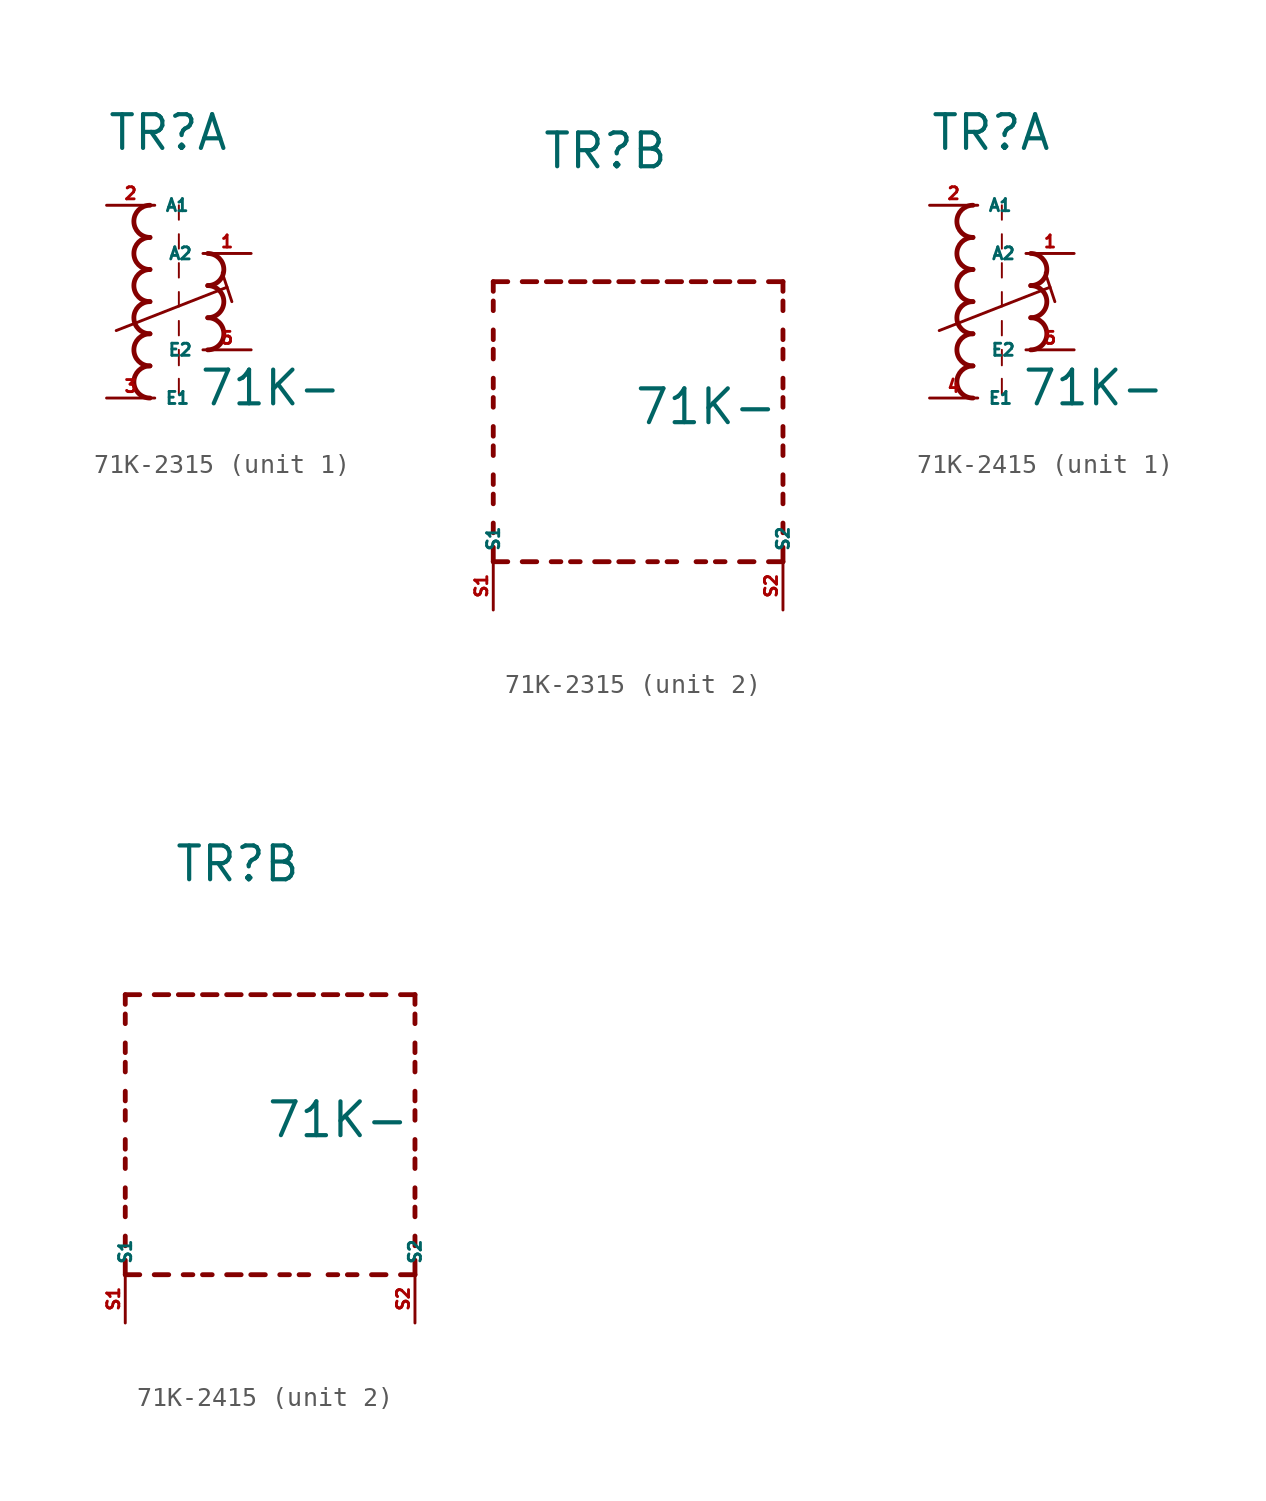
<source format=kicad_sym>
(kicad_symbol_lib
  (version 20220914)
  (generator kicad_symbol_editor)
  (symbol "71K-2315"
    (property "Reference" "TR"
      (at -2.54 7.874 0)
      (effects (font (size 1.778 1.778) (thickness 0.22)) (justify left bottom)))
    (property "Value" "71K-"
      (at 2.286 -5.588 0)
      (effects (font (size 1.778 1.778) (thickness 0.22)) (justify left bottom)))
    (symbol "71K-2315_1_0"
      (arc (start -0.254 -3.3866) (mid -1.1004 -4.2333) (end -0.254 -5.08) (stroke (width 0.254) (type default)) (fill (type none)))
      (arc (start -0.254 -1.6932) (mid -1.1004 -2.5399) (end -0.254 -3.3866) (stroke (width 0.254) (type default)) (fill (type none)))
      (arc (start -0.254 0) (mid -1.1004 -0.8467) (end -0.254 -1.6934) (stroke (width 0.254) (type default)) (fill (type none)))
      (arc (start -0.254 1.6934) (mid -1.1004 0.8467) (end -0.254 0) (stroke (width 0.254) (type default)) (fill (type none)))
      (arc (start -0.254 3.3866) (mid -1.1002 2.54) (end -0.254 1.6934) (stroke (width 0.254) (type default)) (fill (type none)))
      (arc (start -0.254 5.08) (mid -1.1004 4.2333) (end -0.254 3.3866) (stroke (width 0.254) (type default)) (fill (type none)))
      (polyline (pts (xy -2.032 -1.524) (xy 3.81 0.762)) (stroke (width 0.152) (type default)) (fill (type none)))
      (polyline (pts (xy 1.27 -4.064) (xy 1.27 -4.88)) (stroke (width 0.102) (type default)) (fill (type none)))
      (polyline (pts (xy 1.27 -2.54) (xy 1.27 -3.356)) (stroke (width 0.102) (type default)) (fill (type none)))
      (polyline (pts (xy 1.27 -1.016) (xy 1.27 -1.778)) (stroke (width 0.102) (type default)) (fill (type none)))
      (polyline (pts (xy 1.27 0.508) (xy 1.27 -0.254)) (stroke (width 0.102) (type default)) (fill (type none)))
      (polyline (pts (xy 1.27 2.032) (xy 1.27 1.27)) (stroke (width 0.102) (type default)) (fill (type none)))
      (polyline (pts (xy 1.27 3.556) (xy 1.27 2.794)) (stroke (width 0.102) (type default)) (fill (type none)))
      (polyline (pts (xy 1.27 5.08) (xy 1.27 4.318)) (stroke (width 0.102) (type default)) (fill (type none)))
      (polyline (pts (xy 3.556 1.524) (xy 4.064 0)) (stroke (width 0.152) (type default)) (fill (type none)))
      (arc (start 2.794 -2.54) (mid 3.6404 -1.6933) (end 2.794 -0.8466) (stroke (width 0.254) (type default)) (fill (type none)))
      (arc (start 2.794 -0.8466) (mid 3.6402 0) (end 2.794 0.8466) (stroke (width 0.254) (type default)) (fill (type none)))
      (arc (start 2.794 0.8466) (mid 3.6404 1.6933) (end 2.794 2.54) (stroke (width 0.254) (type default)) (fill (type none)))
      (pin passive line (at 5.08 2.54 180) (length 2.54) (name "A2" (effects (font (size 0.635 0.635)))) (number "1" (effects (font (size 0.635 0.635)))))
      (pin passive line (at -2.54 5.08 0) (length 2.54) (name "A1" (effects (font (size 0.635 0.635)))) (number "2" (effects (font (size 0.635 0.635)))))
      (pin passive line (at -2.54 -5.08 0) (length 2.54) (name "E1" (effects (font (size 0.635 0.635)))) (number "3" (effects (font (size 0.635 0.635)))))
      (pin passive line (at 5.08 -2.54 180) (length 2.54) (name "E2" (effects (font (size 0.635 0.635)))) (number "5" (effects (font (size 0.635 0.635))))))
    (symbol "71K-2315_2_0"
      (polyline (pts (xy -5.08 -12.7) (xy -5.08 -11.938)) (stroke (width 0.254) (type default)) (fill (type none)))
      (polyline (pts (xy -5.08 -12.7) (xy -4.318 -12.7)) (stroke (width 0.254) (type default)) (fill (type none)))
      (polyline (pts (xy -5.08 -11.176) (xy -5.08 -10.668)) (stroke (width 0.254) (type default)) (fill (type none)))
      (polyline (pts (xy -5.08 -9.652) (xy -5.08 -9.144)) (stroke (width 0.254) (type default)) (fill (type none)))
      (polyline (pts (xy -5.08 -8.636) (xy -5.08 -8.128)) (stroke (width 0.254) (type default)) (fill (type none)))
      (polyline (pts (xy -5.08 -7.112) (xy -5.08 -6.604)) (stroke (width 0.254) (type default)) (fill (type none)))
      (polyline (pts (xy -5.08 -6.096) (xy -5.08 -5.588)) (stroke (width 0.254) (type default)) (fill (type none)))
      (polyline (pts (xy -5.08 -4.572) (xy -5.08 -4.064)) (stroke (width 0.254) (type default)) (fill (type none)))
      (polyline (pts (xy -5.08 -3.556) (xy -5.08 -3.048)) (stroke (width 0.254) (type default)) (fill (type none)))
      (polyline (pts (xy -5.08 -2.032) (xy -5.08 -1.524)) (stroke (width 0.254) (type default)) (fill (type none)))
      (polyline (pts (xy -5.08 -1.016) (xy -5.08 -0.508)) (stroke (width 0.254) (type default)) (fill (type none)))
      (polyline (pts (xy -5.08 0.508) (xy -5.08 1.016)) (stroke (width 0.254) (type default)) (fill (type none)))
      (polyline (pts (xy -5.08 1.524) (xy -5.08 2.032)) (stroke (width 0.254) (type default)) (fill (type none)))
      (polyline (pts (xy -5.08 2.032) (xy -4.318 2.032)) (stroke (width 0.254) (type default)) (fill (type none)))
      (polyline (pts (xy -3.556 -12.7) (xy -2.794 -12.7)) (stroke (width 0.254) (type default)) (fill (type none)))
      (polyline (pts (xy -3.556 2.032) (xy -2.794 2.032)) (stroke (width 0.254) (type default)) (fill (type none)))
      (polyline (pts (xy -1.524 -12.7) (xy -2.032 -12.7)) (stroke (width 0.254) (type default)) (fill (type none)))
      (polyline (pts (xy -1.524 2.032) (xy -2.286 2.032)) (stroke (width 0.254) (type default)) (fill (type none)))
      (polyline (pts (xy -1.016 2.032) (xy -0.254 2.032)) (stroke (width 0.254) (type default)) (fill (type none)))
      (polyline (pts (xy -0.508 -12.7) (xy -1.016 -12.7)) (stroke (width 0.254) (type default)) (fill (type none)))
      (polyline (pts (xy 1.016 -12.7) (xy 0.254 -12.7)) (stroke (width 0.254) (type default)) (fill (type none)))
      (polyline (pts (xy 1.016 2.032) (xy 0.254 2.032)) (stroke (width 0.254) (type default)) (fill (type none)))
      (polyline (pts (xy 1.524 -12.7) (xy 2.286 -12.7)) (stroke (width 0.254) (type default)) (fill (type none)))
      (polyline (pts (xy 1.524 2.032) (xy 2.286 2.032)) (stroke (width 0.254) (type default)) (fill (type none)))
      (polyline (pts (xy 3.556 -12.7) (xy 3.048 -12.7)) (stroke (width 0.254) (type default)) (fill (type none)))
      (polyline (pts (xy 3.556 2.032) (xy 2.794 2.032)) (stroke (width 0.254) (type default)) (fill (type none)))
      (polyline (pts (xy 4.064 2.032) (xy 4.826 2.032)) (stroke (width 0.254) (type default)) (fill (type none)))
      (polyline (pts (xy 4.572 -12.7) (xy 4.064 -12.7)) (stroke (width 0.254) (type default)) (fill (type none)))
      (polyline (pts (xy 6.096 -12.7) (xy 5.588 -12.7)) (stroke (width 0.254) (type default)) (fill (type none)))
      (polyline (pts (xy 6.096 2.032) (xy 5.334 2.032)) (stroke (width 0.254) (type default)) (fill (type none)))
      (polyline (pts (xy 6.604 2.032) (xy 7.366 2.032)) (stroke (width 0.254) (type default)) (fill (type none)))
      (polyline (pts (xy 7.112 -12.7) (xy 6.604 -12.7)) (stroke (width 0.254) (type default)) (fill (type none)))
      (polyline (pts (xy 8.636 -12.7) (xy 7.874 -12.7)) (stroke (width 0.254) (type default)) (fill (type none)))
      (polyline (pts (xy 8.636 2.032) (xy 7.874 2.032)) (stroke (width 0.254) (type default)) (fill (type none)))
      (polyline (pts (xy 10.16 -12.7) (xy 9.398 -12.7)) (stroke (width 0.254) (type default)) (fill (type none)))
      (polyline (pts (xy 10.16 -12.7) (xy 10.16 -11.938)) (stroke (width 0.254) (type default)) (fill (type none)))
      (polyline (pts (xy 10.16 -11.176) (xy 10.16 -10.668)) (stroke (width 0.254) (type default)) (fill (type none)))
      (polyline (pts (xy 10.16 -9.652) (xy 10.16 -9.144)) (stroke (width 0.254) (type default)) (fill (type none)))
      (polyline (pts (xy 10.16 -8.636) (xy 10.16 -8.128)) (stroke (width 0.254) (type default)) (fill (type none)))
      (polyline (pts (xy 10.16 -7.112) (xy 10.16 -6.604)) (stroke (width 0.254) (type default)) (fill (type none)))
      (polyline (pts (xy 10.16 -6.096) (xy 10.16 -5.588)) (stroke (width 0.254) (type default)) (fill (type none)))
      (polyline (pts (xy 10.16 -4.572) (xy 10.16 -4.064)) (stroke (width 0.254) (type default)) (fill (type none)))
      (polyline (pts (xy 10.16 -3.556) (xy 10.16 -3.048)) (stroke (width 0.254) (type default)) (fill (type none)))
      (polyline (pts (xy 10.16 -2.032) (xy 10.16 -1.524)) (stroke (width 0.254) (type default)) (fill (type none)))
      (polyline (pts (xy 10.16 -1.016) (xy 10.16 -0.508)) (stroke (width 0.254) (type default)) (fill (type none)))
      (polyline (pts (xy 10.16 0.508) (xy 10.16 1.016)) (stroke (width 0.254) (type default)) (fill (type none)))
      (polyline (pts (xy 10.16 1.524) (xy 10.16 2.032)) (stroke (width 0.254) (type default)) (fill (type none)))
      (polyline (pts (xy 10.16 2.032) (xy 9.398 2.032)) (stroke (width 0.254) (type default)) (fill (type none)))
      (pin passive line (at -5.08 -15.24 90) (length 2.54) (name "S1" (effects (font (size 0.635 0.635)))) (number "S1" (effects (font (size 0.635 0.635)))))
      (pin passive line (at 10.16 -15.24 90) (length 2.54) (name "S2" (effects (font (size 0.635 0.635)))) (number "S2" (effects (font (size 0.635 0.635)))))))
  (symbol "71K-2415"
    (property "Reference" "TR"
      (at -2.54 7.874 0)
      (effects (font (size 1.778 1.778) (thickness 0.22)) (justify left bottom)))
    (property "Value" "71K-"
      (at 2.286 -5.588 0)
      (effects (font (size 1.778 1.778) (thickness 0.22)) (justify left bottom)))
    (symbol "71K-2415_1_0"
      (arc (start -0.254 -3.3866) (mid -1.1004 -4.2333) (end -0.254 -5.08) (stroke (width 0.254) (type default)) (fill (type none)))
      (arc (start -0.254 -1.6932) (mid -1.1004 -2.5399) (end -0.254 -3.3866) (stroke (width 0.254) (type default)) (fill (type none)))
      (arc (start -0.254 0) (mid -1.1004 -0.8467) (end -0.254 -1.6934) (stroke (width 0.254) (type default)) (fill (type none)))
      (arc (start -0.254 1.6934) (mid -1.1004 0.8467) (end -0.254 0) (stroke (width 0.254) (type default)) (fill (type none)))
      (arc (start -0.254 3.3866) (mid -1.1002 2.54) (end -0.254 1.6934) (stroke (width 0.254) (type default)) (fill (type none)))
      (arc (start -0.254 5.08) (mid -1.1004 4.2333) (end -0.254 3.3866) (stroke (width 0.254) (type default)) (fill (type none)))
      (polyline (pts (xy -2.032 -1.524) (xy 3.81 0.762)) (stroke (width 0.152) (type default)) (fill (type none)))
      (polyline (pts (xy 1.27 -4.064) (xy 1.27 -4.88)) (stroke (width 0.102) (type default)) (fill (type none)))
      (polyline (pts (xy 1.27 -2.54) (xy 1.27 -3.356)) (stroke (width 0.102) (type default)) (fill (type none)))
      (polyline (pts (xy 1.27 -1.016) (xy 1.27 -1.778)) (stroke (width 0.102) (type default)) (fill (type none)))
      (polyline (pts (xy 1.27 0.508) (xy 1.27 -0.254)) (stroke (width 0.102) (type default)) (fill (type none)))
      (polyline (pts (xy 1.27 2.032) (xy 1.27 1.27)) (stroke (width 0.102) (type default)) (fill (type none)))
      (polyline (pts (xy 1.27 3.556) (xy 1.27 2.794)) (stroke (width 0.102) (type default)) (fill (type none)))
      (polyline (pts (xy 1.27 5.08) (xy 1.27 4.318)) (stroke (width 0.102) (type default)) (fill (type none)))
      (polyline (pts (xy 3.556 1.524) (xy 4.064 0)) (stroke (width 0.152) (type default)) (fill (type none)))
      (arc (start 2.794 -2.54) (mid 3.6404 -1.6933) (end 2.794 -0.8466) (stroke (width 0.254) (type default)) (fill (type none)))
      (arc (start 2.794 -0.8466) (mid 3.6402 0) (end 2.794 0.8466) (stroke (width 0.254) (type default)) (fill (type none)))
      (arc (start 2.794 0.8466) (mid 3.6404 1.6933) (end 2.794 2.54) (stroke (width 0.254) (type default)) (fill (type none)))
      (pin passive line (at 5.08 2.54 180) (length 2.54) (name "A2" (effects (font (size 0.635 0.635)))) (number "1" (effects (font (size 0.635 0.635)))))
      (pin passive line (at -2.54 5.08 0) (length 2.54) (name "A1" (effects (font (size 0.635 0.635)))) (number "2" (effects (font (size 0.635 0.635)))))
      (pin passive line (at -2.54 -5.08 0) (length 2.54) (name "E1" (effects (font (size 0.635 0.635)))) (number "4" (effects (font (size 0.635 0.635)))))
      (pin passive line (at 5.08 -2.54 180) (length 2.54) (name "E2" (effects (font (size 0.635 0.635)))) (number "5" (effects (font (size 0.635 0.635))))))
    (symbol "71K-2415_2_0"
      (polyline (pts (xy -5.08 -12.7) (xy -5.08 -11.938)) (stroke (width 0.254) (type default)) (fill (type none)))
      (polyline (pts (xy -5.08 -12.7) (xy -4.318 -12.7)) (stroke (width 0.254) (type default)) (fill (type none)))
      (polyline (pts (xy -5.08 -11.176) (xy -5.08 -10.668)) (stroke (width 0.254) (type default)) (fill (type none)))
      (polyline (pts (xy -5.08 -9.652) (xy -5.08 -9.144)) (stroke (width 0.254) (type default)) (fill (type none)))
      (polyline (pts (xy -5.08 -8.636) (xy -5.08 -8.128)) (stroke (width 0.254) (type default)) (fill (type none)))
      (polyline (pts (xy -5.08 -7.112) (xy -5.08 -6.604)) (stroke (width 0.254) (type default)) (fill (type none)))
      (polyline (pts (xy -5.08 -6.096) (xy -5.08 -5.588)) (stroke (width 0.254) (type default)) (fill (type none)))
      (polyline (pts (xy -5.08 -4.572) (xy -5.08 -4.064)) (stroke (width 0.254) (type default)) (fill (type none)))
      (polyline (pts (xy -5.08 -3.556) (xy -5.08 -3.048)) (stroke (width 0.254) (type default)) (fill (type none)))
      (polyline (pts (xy -5.08 -2.032) (xy -5.08 -1.524)) (stroke (width 0.254) (type default)) (fill (type none)))
      (polyline (pts (xy -5.08 -1.016) (xy -5.08 -0.508)) (stroke (width 0.254) (type default)) (fill (type none)))
      (polyline (pts (xy -5.08 0.508) (xy -5.08 1.016)) (stroke (width 0.254) (type default)) (fill (type none)))
      (polyline (pts (xy -5.08 1.524) (xy -5.08 2.032)) (stroke (width 0.254) (type default)) (fill (type none)))
      (polyline (pts (xy -5.08 2.032) (xy -4.318 2.032)) (stroke (width 0.254) (type default)) (fill (type none)))
      (polyline (pts (xy -3.556 -12.7) (xy -2.794 -12.7)) (stroke (width 0.254) (type default)) (fill (type none)))
      (polyline (pts (xy -3.556 2.032) (xy -2.794 2.032)) (stroke (width 0.254) (type default)) (fill (type none)))
      (polyline (pts (xy -1.524 -12.7) (xy -2.032 -12.7)) (stroke (width 0.254) (type default)) (fill (type none)))
      (polyline (pts (xy -1.524 2.032) (xy -2.286 2.032)) (stroke (width 0.254) (type default)) (fill (type none)))
      (polyline (pts (xy -1.016 2.032) (xy -0.254 2.032)) (stroke (width 0.254) (type default)) (fill (type none)))
      (polyline (pts (xy -0.508 -12.7) (xy -1.016 -12.7)) (stroke (width 0.254) (type default)) (fill (type none)))
      (polyline (pts (xy 1.016 -12.7) (xy 0.254 -12.7)) (stroke (width 0.254) (type default)) (fill (type none)))
      (polyline (pts (xy 1.016 2.032) (xy 0.254 2.032)) (stroke (width 0.254) (type default)) (fill (type none)))
      (polyline (pts (xy 1.524 -12.7) (xy 2.286 -12.7)) (stroke (width 0.254) (type default)) (fill (type none)))
      (polyline (pts (xy 1.524 2.032) (xy 2.286 2.032)) (stroke (width 0.254) (type default)) (fill (type none)))
      (polyline (pts (xy 3.556 -12.7) (xy 3.048 -12.7)) (stroke (width 0.254) (type default)) (fill (type none)))
      (polyline (pts (xy 3.556 2.032) (xy 2.794 2.032)) (stroke (width 0.254) (type default)) (fill (type none)))
      (polyline (pts (xy 4.064 2.032) (xy 4.826 2.032)) (stroke (width 0.254) (type default)) (fill (type none)))
      (polyline (pts (xy 4.572 -12.7) (xy 4.064 -12.7)) (stroke (width 0.254) (type default)) (fill (type none)))
      (polyline (pts (xy 6.096 -12.7) (xy 5.588 -12.7)) (stroke (width 0.254) (type default)) (fill (type none)))
      (polyline (pts (xy 6.096 2.032) (xy 5.334 2.032)) (stroke (width 0.254) (type default)) (fill (type none)))
      (polyline (pts (xy 6.604 2.032) (xy 7.366 2.032)) (stroke (width 0.254) (type default)) (fill (type none)))
      (polyline (pts (xy 7.112 -12.7) (xy 6.604 -12.7)) (stroke (width 0.254) (type default)) (fill (type none)))
      (polyline (pts (xy 8.636 -12.7) (xy 7.874 -12.7)) (stroke (width 0.254) (type default)) (fill (type none)))
      (polyline (pts (xy 8.636 2.032) (xy 7.874 2.032)) (stroke (width 0.254) (type default)) (fill (type none)))
      (polyline (pts (xy 10.16 -12.7) (xy 9.398 -12.7)) (stroke (width 0.254) (type default)) (fill (type none)))
      (polyline (pts (xy 10.16 -12.7) (xy 10.16 -11.938)) (stroke (width 0.254) (type default)) (fill (type none)))
      (polyline (pts (xy 10.16 -11.176) (xy 10.16 -10.668)) (stroke (width 0.254) (type default)) (fill (type none)))
      (polyline (pts (xy 10.16 -9.652) (xy 10.16 -9.144)) (stroke (width 0.254) (type default)) (fill (type none)))
      (polyline (pts (xy 10.16 -8.636) (xy 10.16 -8.128)) (stroke (width 0.254) (type default)) (fill (type none)))
      (polyline (pts (xy 10.16 -7.112) (xy 10.16 -6.604)) (stroke (width 0.254) (type default)) (fill (type none)))
      (polyline (pts (xy 10.16 -6.096) (xy 10.16 -5.588)) (stroke (width 0.254) (type default)) (fill (type none)))
      (polyline (pts (xy 10.16 -4.572) (xy 10.16 -4.064)) (stroke (width 0.254) (type default)) (fill (type none)))
      (polyline (pts (xy 10.16 -3.556) (xy 10.16 -3.048)) (stroke (width 0.254) (type default)) (fill (type none)))
      (polyline (pts (xy 10.16 -2.032) (xy 10.16 -1.524)) (stroke (width 0.254) (type default)) (fill (type none)))
      (polyline (pts (xy 10.16 -1.016) (xy 10.16 -0.508)) (stroke (width 0.254) (type default)) (fill (type none)))
      (polyline (pts (xy 10.16 0.508) (xy 10.16 1.016)) (stroke (width 0.254) (type default)) (fill (type none)))
      (polyline (pts (xy 10.16 1.524) (xy 10.16 2.032)) (stroke (width 0.254) (type default)) (fill (type none)))
      (polyline (pts (xy 10.16 2.032) (xy 9.398 2.032)) (stroke (width 0.254) (type default)) (fill (type none)))
      (pin passive line (at -5.08 -15.24 90) (length 2.54) (name "S1" (effects (font (size 0.635 0.635)))) (number "S1" (effects (font (size 0.635 0.635)))))
      (pin passive line (at 10.16 -15.24 90) (length 2.54) (name "S2" (effects (font (size 0.635 0.635)))) (number "S2" (effects (font (size 0.635 0.635))))))))
</source>
